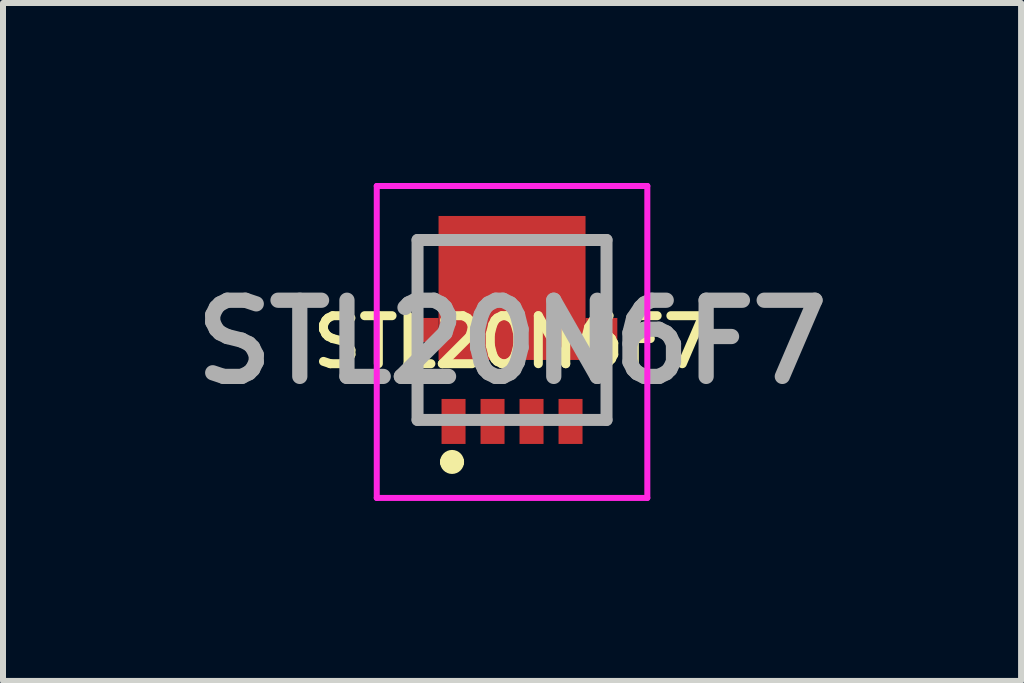
<source format=kicad_pcb>
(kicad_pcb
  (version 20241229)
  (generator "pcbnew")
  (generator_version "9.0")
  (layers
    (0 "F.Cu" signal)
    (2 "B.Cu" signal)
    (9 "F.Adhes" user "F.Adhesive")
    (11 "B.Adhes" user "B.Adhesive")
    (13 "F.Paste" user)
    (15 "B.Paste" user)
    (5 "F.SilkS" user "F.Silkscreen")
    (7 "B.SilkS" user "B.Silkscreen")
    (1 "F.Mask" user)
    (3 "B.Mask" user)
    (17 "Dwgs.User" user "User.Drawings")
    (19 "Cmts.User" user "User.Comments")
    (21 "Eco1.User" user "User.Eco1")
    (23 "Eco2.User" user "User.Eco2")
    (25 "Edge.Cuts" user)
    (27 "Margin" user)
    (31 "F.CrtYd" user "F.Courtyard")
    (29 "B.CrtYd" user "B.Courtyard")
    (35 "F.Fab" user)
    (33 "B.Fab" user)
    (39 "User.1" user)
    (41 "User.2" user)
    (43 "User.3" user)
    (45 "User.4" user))
  (footprint "STL20N6F7"
    (layer "F.Cu")
    (at 5.485 2.45)
    (property "Reference" "STL20N6F7" (at 0 0.2 0) (layer "F.SilkS") (effects (font (size 0.8 0.8) (thickness 0.15) (bold yes))))
    (attr smd)
    (fp_line (start -1.575 -1.5) (end -1.575 -0.4) (stroke (width 0.1) (type solid)) (layer "F.SilkS"))
    (fp_line (start -1.575 0.4) (end -1.575 1.5) (stroke (width 0.1) (type solid)) (layer "F.SilkS"))
    (fp_line (start -1.575 1.5) (end -1.4 1.5) (stroke (width 0.1) (type solid)) (layer "F.SilkS"))
    (fp_line (start -1.4 -1.5) (end -1.575 -1.5) (stroke (width 0.1) (type solid)) (layer "F.SilkS"))
    (fp_line (start -1.1 2.2) (end -1.1 2.2) (stroke (width 0.2) (type solid)) (layer "F.SilkS"))
    (fp_line (start -0.9 2.2) (end -0.9 2.2) (stroke (width 0.2) (type solid)) (layer "F.SilkS"))
    (fp_line (start 1.4 -1.5) (end 1.575 -1.5) (stroke (width 0.1) (type solid)) (layer "F.SilkS"))
    (fp_line (start 1.575 -1.5) (end 1.575 -0.4) (stroke (width 0.1) (type solid)) (layer "F.SilkS"))
    (fp_line (start 1.575 0.4) (end 1.575 1.5) (stroke (width 0.1) (type solid)) (layer "F.SilkS"))
    (fp_line (start 1.575 1.5) (end 1.4 1.5) (stroke (width 0.1) (type solid)) (layer "F.SilkS"))
    (fp_arc (start -1.1 2.2) (mid -1 2.1) (end -0.9 2.2) (stroke (width 0.2) (type solid)) (layer "F.SilkS"))
    (fp_arc (start -0.9 2.2) (mid -1 2.3) (end -1.1 2.2) (stroke (width 0.2) (type solid)) (layer "F.SilkS"))
    (fp_line (start -2.255 -2.4) (end 2.255 -2.4) (stroke (width 0.1) (type solid)) (layer "F.CrtYd"))
    (fp_line (start -2.255 2.8) (end -2.255 -2.4) (stroke (width 0.1) (type solid)) (layer "F.CrtYd"))
    (fp_line (start 2.255 -2.4) (end 2.255 2.8) (stroke (width 0.1) (type solid)) (layer "F.CrtYd"))
    (fp_line (start 2.255 2.8) (end -2.255 2.8) (stroke (width 0.1) (type solid)) (layer "F.CrtYd"))
    (fp_line (start -1.575 -1.5) (end 1.575 -1.5) (stroke (width 0.2) (type solid)) (layer "F.Fab"))
    (fp_line (start -1.575 1.5) (end -1.575 -1.5) (stroke (width 0.2) (type solid)) (layer "F.Fab"))
    (fp_line (start 1.575 -1.5) (end 1.575 1.5) (stroke (width 0.2) (type solid)) (layer "F.Fab"))
    (fp_line (start 1.575 1.5) (end -1.575 1.5) (stroke (width 0.2) (type solid)) (layer "F.Fab"))
    (fp_text user "${REFERENCE}" (at 0 0.2 0) (layer "F.Fab") (effects (font (size 1.27 1.27) (thickness 0.254))))
    (pad "1" smd rect (at -0.975 1.525) (size 0.4 0.75) (layers "F.Cu" "F.Mask" "F.Paste"))
    (pad "2" smd rect (at -0.325 1.525) (size 0.4 0.75) (layers "F.Cu" "F.Mask" "F.Paste"))
    (pad "3" smd rect (at 0.325 1.525) (size 0.4 0.75) (layers "F.Cu" "F.Mask" "F.Paste"))
    (pad "4" smd rect (at 0.975 1.525) (size 0.4 0.75) (layers "F.Cu" "F.Mask" "F.Paste"))
    (pad "5" smd rect (at -1.49 0 270) (size 0.4 0.53) (layers "F.Cu" "F.Mask" "F.Paste"))
    (pad "5" smd rect (at 0 -0.7 90) (size 2.4 2.45) (layers "F.Cu" "F.Mask" "F.Paste"))
    (pad "5" smd rect (at 1.49 0 90) (size 0.4 0.53) (layers "F.Cu" "F.Mask" "F.Paste")))
  (gr_rect
    (start -3 -3)
    (end 13.97 8.3)
    (stroke (width 0.1) (type default))
    (fill no)
    (layer "Edge.Cuts")))
</source>
